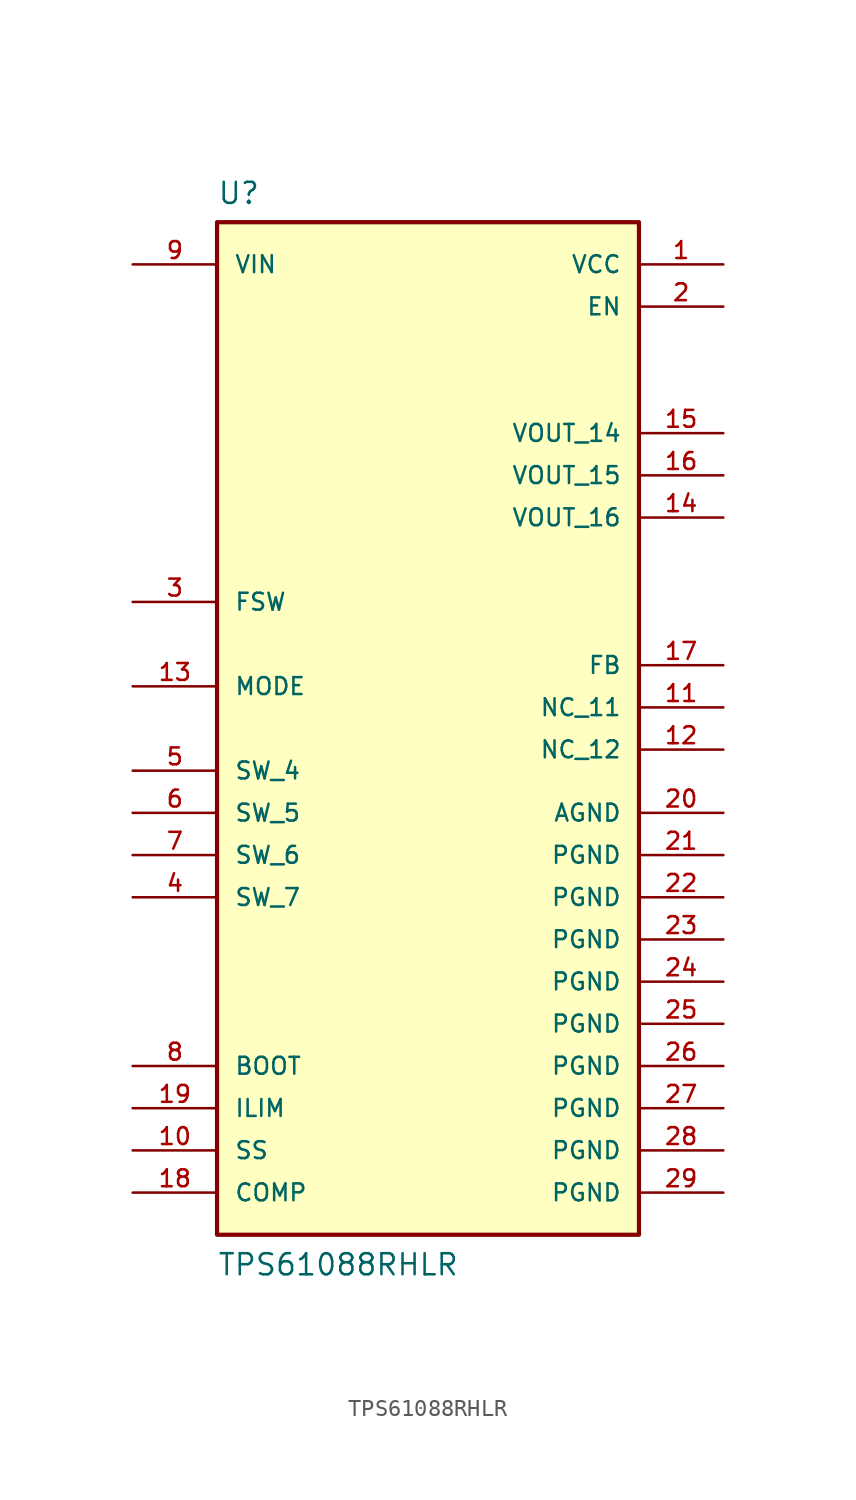
<source format=kicad_sym>
(kicad_symbol_lib
  (version 20220914)
  (generator kicad_symbol_editor)
  (symbol "TPS61088RHLR"
    (pin_names
      (offset 1.016))
    (property "Reference" "U"
      (at -12.7 26.4 0)
      (effects (font (size 1.27 1.27)) (justify left bottom)))
    (property "Value" "TPS61088RHLR"
      (at -12.7 -38.1 0)
      (effects (font (size 1.27 1.27)) (justify left bottom)))
    (symbol "TPS61088RHLR_0_0"
      (rectangle (start -12.7 25.4) (end 12.7 -35.56) (stroke (width 0.254) (type default)) (fill (type background)))
      (pin output line (at 17.78 22.86 180) (length 5.08) (name "VCC" (effects (font (size 1.016 1.016)))) (number "1" (effects (font (size 1.016 1.016)))))
      (pin output line (at -17.78 -30.48 0) (length 5.08) (name "SS" (effects (font (size 1.016 1.016)))) (number "10" (effects (font (size 1.016 1.016)))))
      (pin input line (at -17.78 -2.54 0) (length 5.08) (name "MODE" (effects (font (size 1.016 1.016)))) (number "13" (effects (font (size 1.016 1.016)))))
      (pin output line (at 17.78 7.62 180) (length 5.08) (name "VOUT_16" (effects (font (size 1.016 1.016)))) (number "14" (effects (font (size 1.016 1.016)))))
      (pin output line (at 17.78 12.7 180) (length 5.08) (name "VOUT_14" (effects (font (size 1.016 1.016)))) (number "15" (effects (font (size 1.016 1.016)))))
      (pin output line (at 17.78 10.16 180) (length 5.08) (name "VOUT_15" (effects (font (size 1.016 1.016)))) (number "16" (effects (font (size 1.016 1.016)))))
      (pin input line (at 17.78 -1.27 180) (length 5.08) (name "FB" (effects (font (size 1.016 1.016)))) (number "17" (effects (font (size 1.016 1.016)))))
      (pin output line (at -17.78 -33.02 0) (length 5.08) (name "COMP" (effects (font (size 1.016 1.016)))) (number "18" (effects (font (size 1.016 1.016)))))
      (pin output line (at -17.78 -27.94 0) (length 5.08) (name "ILIM" (effects (font (size 1.016 1.016)))) (number "19" (effects (font (size 1.016 1.016)))))
      (pin input line (at 17.78 20.32 180) (length 5.08) (name "EN" (effects (font (size 1.016 1.016)))) (number "2" (effects (font (size 1.016 1.016)))))
      (pin power_in line (at 17.78 -10.16 180) (length 5.08) (name "AGND" (effects (font (size 1.016 1.016)))) (number "20" (effects (font (size 1.016 1.016)))))
      (pin power_in line (at 17.78 -12.7 180) (length 5.08) (name "PGND" (effects (font (size 1.016 1.016)))) (number "21" (effects (font (size 1.016 1.016)))))
      (pin power_in line (at 17.78 -15.24 180) (length 5.08) (name "PGND" (effects (font (size 1.016 1.016)))) (number "22" (effects (font (size 1.016 1.016)))))
      (pin power_in line (at 17.78 -17.78 180) (length 5.08) (name "PGND" (effects (font (size 1.016 1.016)))) (number "23" (effects (font (size 1.016 1.016)))))
      (pin power_in line (at 17.78 -20.32 180) (length 5.08) (name "PGND" (effects (font (size 1.016 1.016)))) (number "24" (effects (font (size 1.016 1.016)))))
      (pin power_in line (at 17.78 -22.86 180) (length 5.08) (name "PGND" (effects (font (size 1.016 1.016)))) (number "25" (effects (font (size 1.016 1.016)))))
      (pin power_in line (at 17.78 -25.4 180) (length 5.08) (name "PGND" (effects (font (size 1.016 1.016)))) (number "26" (effects (font (size 1.016 1.016)))))
      (pin power_in line (at 17.78 -27.94 180) (length 5.08) (name "PGND" (effects (font (size 1.016 1.016)))) (number "27" (effects (font (size 1.016 1.016)))))
      (pin power_in line (at 17.78 -30.48 180) (length 5.08) (name "PGND" (effects (font (size 1.016 1.016)))) (number "28" (effects (font (size 1.016 1.016)))))
      (pin power_in line (at 17.78 -33.02 180) (length 5.08) (name "PGND" (effects (font (size 1.016 1.016)))) (number "29" (effects (font (size 1.016 1.016)))))
      (pin input line (at -17.78 2.54 0) (length 5.08) (name "FSW" (effects (font (size 1.016 1.016)))) (number "3" (effects (font (size 1.016 1.016)))))
      (pin input line (at -17.78 -15.24 0) (length 5.08) (name "SW_7" (effects (font (size 1.016 1.016)))) (number "4" (effects (font (size 1.016 1.016)))))
      (pin input line (at -17.78 -7.62 0) (length 5.08) (name "SW_4" (effects (font (size 1.016 1.016)))) (number "5" (effects (font (size 1.016 1.016)))))
      (pin input line (at -17.78 -10.16 0) (length 5.08) (name "SW_5" (effects (font (size 1.016 1.016)))) (number "6" (effects (font (size 1.016 1.016)))))
      (pin input line (at -17.78 -12.7 0) (length 5.08) (name "SW_6" (effects (font (size 1.016 1.016)))) (number "7" (effects (font (size 1.016 1.016)))))
      (pin output line (at -17.78 -25.4 0) (length 5.08) (name "BOOT" (effects (font (size 1.016 1.016)))) (number "8" (effects (font (size 1.016 1.016)))))
      (pin input line (at -17.78 22.86 0) (length 5.08) (name "VIN" (effects (font (size 1.016 1.016)))) (number "9" (effects (font (size 1.016 1.016))))))
    (symbol "TPS61088RHLR_1_0"
      (pin input line (at 17.78 -3.81 180) (length 5.08) (name "NC_11" (effects (font (size 1.016 1.016)))) (number "11" (effects (font (size 1.016 1.016)))))
      (pin input line (at 17.78 -6.35 180) (length 5.08) (name "NC_12" (effects (font (size 1.016 1.016)))) (number "12" (effects (font (size 1.016 1.016))))))))
</source>
